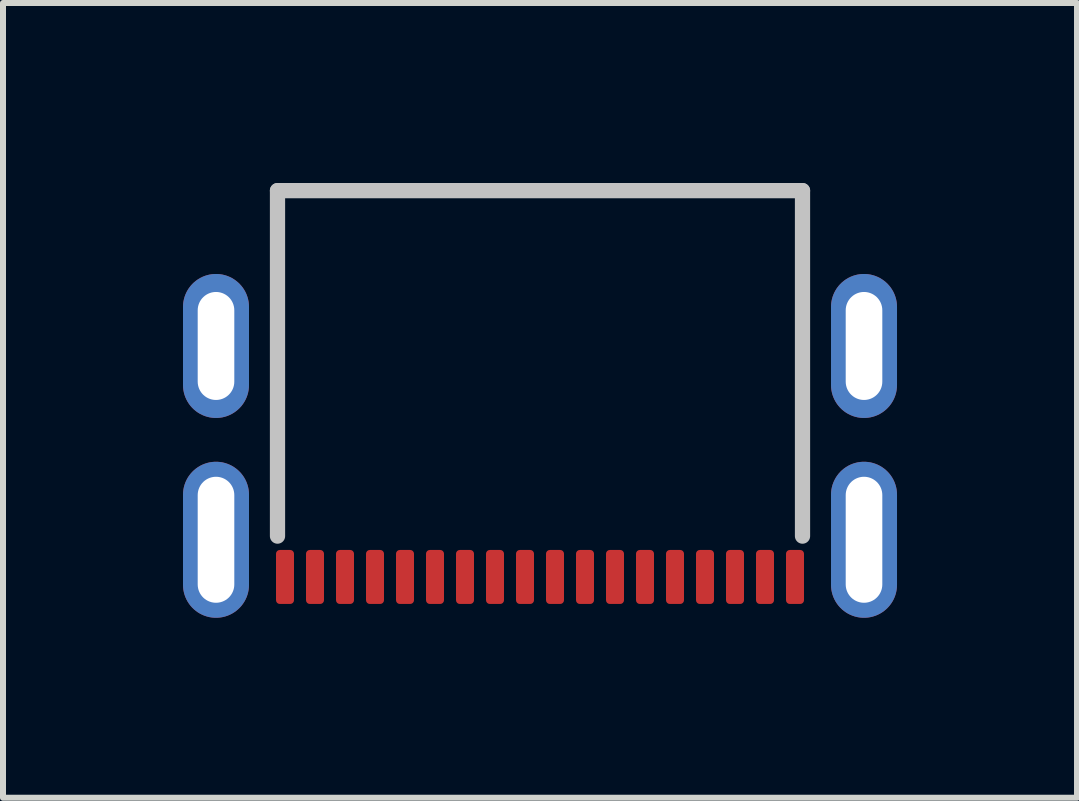
<source format=kicad_pcb>
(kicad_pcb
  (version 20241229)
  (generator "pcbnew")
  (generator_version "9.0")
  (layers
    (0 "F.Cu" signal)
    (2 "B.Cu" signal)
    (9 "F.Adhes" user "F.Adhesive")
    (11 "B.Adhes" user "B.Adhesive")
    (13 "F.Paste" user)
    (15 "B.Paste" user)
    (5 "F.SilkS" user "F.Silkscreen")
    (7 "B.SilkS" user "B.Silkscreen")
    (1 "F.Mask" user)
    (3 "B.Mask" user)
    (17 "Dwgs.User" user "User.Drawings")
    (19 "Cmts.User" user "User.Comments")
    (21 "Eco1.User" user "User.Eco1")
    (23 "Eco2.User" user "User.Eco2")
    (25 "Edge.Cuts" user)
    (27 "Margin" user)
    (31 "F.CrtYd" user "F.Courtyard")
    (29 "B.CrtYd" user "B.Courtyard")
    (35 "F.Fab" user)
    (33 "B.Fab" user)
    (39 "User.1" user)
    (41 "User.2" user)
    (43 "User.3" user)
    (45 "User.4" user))
  (footprint "USBC_16P_HRS-CEC"
    (layer "F.Cu")
    (at 5.95 2.641)
    (property "Reference" "USBC_16P_HRS-CEC" (at 0 -3.805 0) (layer "User.9") (effects (font (size 1 1) (thickness 0.15))))
    (fp_rect (start -4.4 3.475) (end -4.1 4.375) (stroke (width 0) (type default)) (fill yes) (layer "F.Paste"))
    (fp_rect (start -3.9 3.475) (end -3.6 4.375) (stroke (width 0) (type default)) (fill yes) (layer "F.Paste"))
    (fp_rect (start -3.4 3.475) (end -3.1 4.375) (stroke (width 0) (type default)) (fill yes) (layer "F.Paste"))
    (fp_rect (start -2.9 3.475) (end -2.6 4.375) (stroke (width 0) (type default)) (fill yes) (layer "F.Paste"))
    (fp_rect (start -2.4 3.475) (end -2.1 4.375) (stroke (width 0) (type default)) (fill yes) (layer "F.Paste"))
    (fp_rect (start -1.9 3.475) (end -1.6 4.375) (stroke (width 0) (type default)) (fill yes) (layer "F.Paste"))
    (fp_rect (start -1.4 3.475) (end -1.1 4.375) (stroke (width 0) (type default)) (fill yes) (layer "F.Paste"))
    (fp_rect (start -0.9 3.475) (end -0.6 4.375) (stroke (width 0) (type default)) (fill yes) (layer "F.Paste"))
    (fp_rect (start -0.4 3.475) (end -0.1 4.375) (stroke (width 0) (type default)) (fill yes) (layer "F.Paste"))
    (fp_rect (start 0.1 3.475) (end 0.4 4.375) (stroke (width 0) (type default)) (fill yes) (layer "F.Paste"))
    (fp_rect (start 0.6 3.475) (end 0.9 4.375) (stroke (width 0) (type default)) (fill yes) (layer "F.Paste"))
    (fp_rect (start 1.1 3.475) (end 1.4 4.375) (stroke (width 0) (type default)) (fill yes) (layer "F.Paste"))
    (fp_rect (start 1.6 3.475) (end 1.9 4.375) (stroke (width 0) (type default)) (fill yes) (layer "F.Paste"))
    (fp_rect (start 2.1 3.475) (end 2.4 4.375) (stroke (width 0) (type default)) (fill yes) (layer "F.Paste"))
    (fp_rect (start 2.6 3.475) (end 2.9 4.375) (stroke (width 0) (type default)) (fill yes) (layer "F.Paste"))
    (fp_rect (start 3.1 3.475) (end 3.4 4.375) (stroke (width 0) (type default)) (fill yes) (layer "F.Paste"))
    (fp_rect (start 3.6 3.475) (end 3.9 4.375) (stroke (width 0) (type default)) (fill yes) (layer "F.Paste"))
    (fp_rect (start 4.1 3.475) (end 4.4 4.375) (stroke (width 0) (type default)) (fill yes) (layer "F.Paste"))
    (fp_poly (pts (xy -5.386 1.275) (xy -5.359 1.274) (xy -5.332 1.27) (xy -5.304 1.266) (xy -5.277 1.261) (xy -5.251 1.254) (xy -5.225 1.246) (xy -5.199 1.237) (xy -5.174 1.226) (xy -5.149 1.214) (xy -5.125 1.201) (xy -5.101 1.187) (xy -5.079 1.171) (xy -5.057 1.155) (xy -5.036 1.137) (xy -5.016 1.119) (xy -4.997 1.099) (xy -4.979 1.079) (xy -4.962 1.057) (xy -4.946 1.034) (xy -4.931 1.012) (xy -4.917 0.988) (xy -4.904 0.964) (xy -4.893 0.939) (xy -4.883 0.913) (xy -4.875 0.887) (xy -4.867 0.861) (xy -4.861 0.834) (xy -4.856 0.807) (xy -4.853 0.779) (xy -4.851 0.752) (xy -4.85 0.725) (xy -4.85 -0.575) (xy -4.851 -0.603) (xy -4.853 -0.63) (xy -4.856 -0.657) (xy -4.861 -0.684) (xy -4.867 -0.711) (xy -4.875 -0.737) (xy -4.883 -0.763) (xy -4.893 -0.788) (xy -4.904 -0.814) (xy -4.917 -0.838) (xy -4.931 -0.862) (xy -4.946 -0.885) (xy -4.962 -0.907) (xy -4.979 -0.928) (xy -4.997 -0.949) (xy -5.016 -0.969) (xy -5.036 -0.988) (xy -5.057 -1.005) (xy -5.079 -1.022) (xy -5.101 -1.037) (xy -5.125 -1.052) (xy -5.149 -1.065) (xy -5.174 -1.077) (xy -5.199 -1.087) (xy -5.225 -1.097) (xy -5.251 -1.105) (xy -5.277 -1.111) (xy -5.304 -1.117) (xy -5.332 -1.121) (xy -5.359 -1.123) (xy -5.386 -1.125) (xy -5.414 -1.125) (xy -5.441 -1.123) (xy -5.468 -1.121) (xy -5.495 -1.117) (xy -5.522 -1.111) (xy -5.549 -1.105) (xy -5.575 -1.097) (xy -5.601 -1.087) (xy -5.627 -1.077) (xy -5.651 -1.065) (xy -5.675 -1.052) (xy -5.699 -1.037) (xy -5.721 -1.022) (xy -5.743 -1.005) (xy -5.764 -0.988) (xy -5.784 -0.969) (xy -5.803 -0.949) (xy -5.822 -0.928) (xy -5.838 -0.907) (xy -5.854 -0.885) (xy -5.87 -0.862) (xy -5.883 -0.838) (xy -5.896 -0.814) (xy -5.907 -0.788) (xy -5.917 -0.763) (xy -5.926 -0.737) (xy -5.933 -0.711) (xy -5.939 -0.684) (xy -5.944 -0.657) (xy -5.947 -0.63) (xy -5.949 -0.603) (xy -5.95 -0.575) (xy -5.95 0.725) (xy -5.949 0.752) (xy -5.947 0.779) (xy -5.944 0.807) (xy -5.939 0.834) (xy -5.933 0.861) (xy -5.926 0.887) (xy -5.917 0.913) (xy -5.907 0.939) (xy -5.896 0.964) (xy -5.883 0.988) (xy -5.87 1.012) (xy -5.854 1.034) (xy -5.838 1.057) (xy -5.822 1.079) (xy -5.803 1.099) (xy -5.784 1.119) (xy -5.764 1.137) (xy -5.743 1.155) (xy -5.721 1.171) (xy -5.699 1.187) (xy -5.675 1.201) (xy -5.651 1.214) (xy -5.627 1.226) (xy -5.601 1.237) (xy -5.575 1.246) (xy -5.549 1.254) (xy -5.522 1.261) (xy -5.495 1.266) (xy -5.468 1.27) (xy -5.441 1.274) (xy -5.414 1.275)) (stroke (width 0) (type default)) (fill yes) (layer "F.Paste"))
    (fp_poly (pts (xy -5.386 4.605) (xy -5.359 4.604) (xy -5.332 4.601) (xy -5.304 4.596) (xy -5.277 4.591) (xy -5.251 4.585) (xy -5.225 4.577) (xy -5.199 4.567) (xy -5.174 4.556) (xy -5.149 4.545) (xy -5.125 4.532) (xy -5.101 4.517) (xy -5.079 4.502) (xy -5.057 4.485) (xy -5.036 4.468) (xy -5.016 4.449) (xy -4.997 4.429) (xy -4.979 4.409) (xy -4.962 4.387) (xy -4.946 4.365) (xy -4.931 4.342) (xy -4.917 4.318) (xy -4.904 4.293) (xy -4.893 4.269) (xy -4.883 4.243) (xy -4.875 4.217) (xy -4.867 4.191) (xy -4.861 4.164) (xy -4.856 4.137) (xy -4.853 4.11) (xy -4.851 4.082) (xy -4.85 4.055) (xy -4.85 2.555) (xy -4.851 2.527) (xy -4.853 2.501) (xy -4.856 2.473) (xy -4.861 2.446) (xy -4.867 2.42) (xy -4.875 2.393) (xy -4.883 2.367) (xy -4.893 2.341) (xy -4.904 2.317) (xy -4.917 2.292) (xy -4.931 2.268) (xy -4.946 2.245) (xy -4.962 2.223) (xy -4.979 2.201) (xy -4.997 2.181) (xy -5.016 2.162) (xy -5.036 2.143) (xy -5.057 2.125) (xy -5.079 2.108) (xy -5.101 2.093) (xy -5.125 2.079) (xy -5.149 2.066) (xy -5.174 2.054) (xy -5.199 2.043) (xy -5.225 2.034) (xy -5.251 2.026) (xy -5.277 2.019) (xy -5.304 2.014) (xy -5.332 2.01) (xy -5.359 2.006) (xy -5.386 2.005) (xy -5.414 2.005) (xy -5.441 2.006) (xy -5.468 2.01) (xy -5.495 2.014) (xy -5.522 2.019) (xy -5.549 2.026) (xy -5.575 2.034) (xy -5.601 2.043) (xy -5.627 2.054) (xy -5.651 2.066) (xy -5.675 2.079) (xy -5.699 2.093) (xy -5.721 2.108) (xy -5.743 2.125) (xy -5.764 2.143) (xy -5.784 2.162) (xy -5.803 2.181) (xy -5.822 2.201) (xy -5.838 2.223) (xy -5.854 2.245) (xy -5.87 2.268) (xy -5.883 2.292) (xy -5.896 2.317) (xy -5.907 2.341) (xy -5.917 2.367) (xy -5.926 2.393) (xy -5.933 2.42) (xy -5.939 2.446) (xy -5.944 2.473) (xy -5.947 2.501) (xy -5.949 2.527) (xy -5.95 2.555) (xy -5.95 4.055) (xy -5.949 4.082) (xy -5.947 4.11) (xy -5.944 4.137) (xy -5.939 4.164) (xy -5.933 4.191) (xy -5.926 4.217) (xy -5.917 4.243) (xy -5.907 4.269) (xy -5.896 4.293) (xy -5.883 4.318) (xy -5.87 4.342) (xy -5.854 4.365) (xy -5.838 4.387) (xy -5.822 4.409) (xy -5.803 4.429) (xy -5.784 4.449) (xy -5.764 4.468) (xy -5.743 4.485) (xy -5.721 4.502) (xy -5.699 4.517) (xy -5.675 4.532) (xy -5.651 4.545) (xy -5.627 4.556) (xy -5.601 4.567) (xy -5.575 4.577) (xy -5.549 4.585) (xy -5.522 4.591) (xy -5.495 4.596) (xy -5.468 4.601) (xy -5.441 4.604) (xy -5.414 4.605)) (stroke (width 0) (type default)) (fill yes) (layer "F.Paste"))
    (fp_poly (pts (xy 5.359 1.274) (xy 5.386 1.275) (xy 5.414 1.275) (xy 5.441 1.274) (xy 5.468 1.271) (xy 5.495 1.267) (xy 5.522 1.262) (xy 5.549 1.254) (xy 5.575 1.246) (xy 5.601 1.237) (xy 5.627 1.226) (xy 5.651 1.214) (xy 5.675 1.202) (xy 5.699 1.187) (xy 5.721 1.172) (xy 5.743 1.155) (xy 5.764 1.137) (xy 5.784 1.119) (xy 5.803 1.099) (xy 5.822 1.079) (xy 5.838 1.058) (xy 5.854 1.035) (xy 5.87 1.012) (xy 5.883 0.988) (xy 5.896 0.964) (xy 5.907 0.939) (xy 5.917 0.913) (xy 5.926 0.887) (xy 5.933 0.861) (xy 5.939 0.834) (xy 5.944 0.807) (xy 5.947 0.78) (xy 5.949 0.752) (xy 5.95 0.725) (xy 5.95 -0.575) (xy 5.949 -0.602) (xy 5.947 -0.629) (xy 5.944 -0.657) (xy 5.939 -0.684) (xy 5.933 -0.711) (xy 5.926 -0.737) (xy 5.917 -0.763) (xy 5.907 -0.788) (xy 5.896 -0.814) (xy 5.883 -0.838) (xy 5.87 -0.862) (xy 5.854 -0.884) (xy 5.838 -0.907) (xy 5.822 -0.928) (xy 5.803 -0.949) (xy 5.784 -0.969) (xy 5.764 -0.987) (xy 5.743 -1.005) (xy 5.721 -1.022) (xy 5.699 -1.037) (xy 5.675 -1.051) (xy 5.651 -1.065) (xy 5.627 -1.076) (xy 5.601 -1.087) (xy 5.575 -1.096) (xy 5.549 -1.105) (xy 5.522 -1.111) (xy 5.495 -1.117) (xy 5.468 -1.121) (xy 5.441 -1.123) (xy 5.414 -1.125) (xy 5.386 -1.125) (xy 5.359 -1.123) (xy 5.332 -1.121) (xy 5.304 -1.117) (xy 5.277 -1.111) (xy 5.251 -1.105) (xy 5.225 -1.096) (xy 5.199 -1.087) (xy 5.174 -1.076) (xy 5.149 -1.065) (xy 5.125 -1.051) (xy 5.101 -1.037) (xy 5.079 -1.022) (xy 5.057 -1.005) (xy 5.036 -0.987) (xy 5.016 -0.969) (xy 4.997 -0.949) (xy 4.979 -0.928) (xy 4.962 -0.907) (xy 4.946 -0.884) (xy 4.931 -0.862) (xy 4.917 -0.838) (xy 4.904 -0.814) (xy 4.893 -0.788) (xy 4.883 -0.763) (xy 4.875 -0.737) (xy 4.867 -0.711) (xy 4.861 -0.684) (xy 4.856 -0.657) (xy 4.853 -0.629) (xy 4.851 -0.602) (xy 4.85 -0.575) (xy 4.85 0.725) (xy 4.851 0.752) (xy 4.853 0.78) (xy 4.856 0.807) (xy 4.861 0.834) (xy 4.867 0.861) (xy 4.875 0.887) (xy 4.883 0.913) (xy 4.893 0.939) (xy 4.904 0.964) (xy 4.917 0.988) (xy 4.931 1.012) (xy 4.946 1.035) (xy 4.962 1.058) (xy 4.979 1.079) (xy 4.997 1.099) (xy 5.016 1.119) (xy 5.036 1.137) (xy 5.057 1.155) (xy 5.079 1.172) (xy 5.101 1.187) (xy 5.125 1.202) (xy 5.149 1.214) (xy 5.174 1.226) (xy 5.199 1.237) (xy 5.225 1.246) (xy 5.251 1.254) (xy 5.277 1.262) (xy 5.304 1.267) (xy 5.332 1.271)) (stroke (width 0) (type default)) (fill yes) (layer "F.Paste"))
    (fp_poly (pts (xy 5.414 4.605) (xy 5.441 4.604) (xy 5.468 4.601) (xy 5.495 4.596) (xy 5.522 4.591) (xy 5.549 4.585) (xy 5.575 4.577) (xy 5.601 4.567) (xy 5.627 4.556) (xy 5.651 4.545) (xy 5.675 4.532) (xy 5.699 4.517) (xy 5.721 4.502) (xy 5.743 4.485) (xy 5.764 4.468) (xy 5.784 4.449) (xy 5.803 4.429) (xy 5.822 4.409) (xy 5.838 4.387) (xy 5.854 4.365) (xy 5.87 4.342) (xy 5.883 4.318) (xy 5.896 4.293) (xy 5.907 4.269) (xy 5.917 4.243) (xy 5.926 4.217) (xy 5.933 4.191) (xy 5.939 4.164) (xy 5.944 4.137) (xy 5.947 4.11) (xy 5.949 4.082) (xy 5.95 4.055) (xy 5.95 2.555) (xy 5.949 2.527) (xy 5.947 2.501) (xy 5.944 2.473) (xy 5.939 2.446) (xy 5.933 2.42) (xy 5.926 2.393) (xy 5.917 2.367) (xy 5.907 2.341) (xy 5.896 2.317) (xy 5.883 2.292) (xy 5.87 2.268) (xy 5.854 2.245) (xy 5.838 2.223) (xy 5.822 2.201) (xy 5.803 2.181) (xy 5.784 2.162) (xy 5.764 2.143) (xy 5.743 2.125) (xy 5.721 2.108) (xy 5.699 2.093) (xy 5.675 2.079) (xy 5.651 2.066) (xy 5.627 2.054) (xy 5.601 2.043) (xy 5.575 2.034) (xy 5.549 2.026) (xy 5.522 2.019) (xy 5.495 2.014) (xy 5.468 2.01) (xy 5.441 2.006) (xy 5.414 2.005) (xy 5.386 2.005) (xy 5.359 2.006) (xy 5.332 2.01) (xy 5.304 2.014) (xy 5.277 2.019) (xy 5.251 2.026) (xy 5.225 2.034) (xy 5.199 2.043) (xy 5.174 2.054) (xy 5.149 2.066) (xy 5.125 2.079) (xy 5.101 2.093) (xy 5.079 2.108) (xy 5.057 2.125) (xy 5.036 2.143) (xy 5.016 2.162) (xy 4.997 2.181) (xy 4.979 2.201) (xy 4.962 2.223) (xy 4.946 2.245) (xy 4.931 2.268) (xy 4.917 2.292) (xy 4.904 2.317) (xy 4.893 2.341) (xy 4.883 2.367) (xy 4.875 2.393) (xy 4.867 2.42) (xy 4.861 2.446) (xy 4.856 2.473) (xy 4.853 2.501) (xy 4.851 2.527) (xy 4.85 2.555) (xy 4.85 4.055) (xy 4.851 4.082) (xy 4.853 4.11) (xy 4.856 4.137) (xy 4.861 4.164) (xy 4.867 4.191) (xy 4.875 4.217) (xy 4.883 4.243) (xy 4.893 4.269) (xy 4.904 4.293) (xy 4.917 4.318) (xy 4.931 4.342) (xy 4.946 4.365) (xy 4.962 4.387) (xy 4.979 4.409) (xy 4.997 4.429) (xy 5.016 4.449) (xy 5.036 4.468) (xy 5.057 4.485) (xy 5.079 4.502) (xy 5.101 4.517) (xy 5.125 4.532) (xy 5.149 4.545) (xy 5.174 4.556) (xy 5.199 4.567) (xy 5.225 4.577) (xy 5.251 4.585) (xy 5.277 4.591) (xy 5.304 4.596) (xy 5.332 4.601) (xy 5.359 4.604) (xy 5.386 4.605)) (stroke (width 0) (type default)) (fill yes) (layer "F.Paste"))
    (fp_line (start -4.375 -2.514) (end -4.375 3.244) (stroke (width 0.254) (type default)) (layer "Dwgs.User"))
    (fp_line (start 4.375 -2.514) (end -4.375 -2.514) (stroke (width 0.254) (type default)) (layer "Dwgs.User"))
    (fp_line (start 4.375 3.244) (end 4.375 -2.514) (stroke (width 0.254) (type default)) (layer "Dwgs.User"))
    (fp_rect (start -5.55 -0.675) (end -5.25 0.825) (stroke (width 0.1) (type default)) (fill no) (layer "User.1"))
    (fp_rect (start -5.55 -0.675) (end -4.37 0.825) (stroke (width 0.1) (type default)) (fill no) (layer "User.1"))
    (fp_rect (start -5.55 2.43) (end -5.25 4.18) (stroke (width 0.1) (type default)) (fill no) (layer "User.1"))
    (fp_rect (start -5.55 2.43) (end -4.37 4.18) (stroke (width 0.1) (type default)) (fill no) (layer "User.1"))
    (fp_rect (start -4.375 3.725) (end -4.125 4.175) (stroke (width 0.1) (type default)) (fill no) (layer "User.1"))
    (fp_rect (start -3.875 3.725) (end -3.625 4.175) (stroke (width 0.1) (type default)) (fill no) (layer "User.1"))
    (fp_rect (start -3.375 3.725) (end -3.125 4.175) (stroke (width 0.1) (type default)) (fill no) (layer "User.1"))
    (fp_rect (start -2.875 3.725) (end -2.625 4.175) (stroke (width 0.1) (type default)) (fill no) (layer "User.1"))
    (fp_rect (start -2.375 3.725) (end -2.125 4.175) (stroke (width 0.1) (type default)) (fill no) (layer "User.1"))
    (fp_rect (start -1.875 3.725) (end -1.625 4.175) (stroke (width 0.1) (type default)) (fill no) (layer "User.1"))
    (fp_rect (start -1.375 3.725) (end -1.125 4.175) (stroke (width 0.1) (type default)) (fill no) (layer "User.1"))
    (fp_rect (start -0.875 3.725) (end -0.625 4.175) (stroke (width 0.1) (type default)) (fill no) (layer "User.1"))
    (fp_rect (start -0.375 3.725) (end -0.125 4.175) (stroke (width 0.1) (type default)) (fill no) (layer "User.1"))
    (fp_rect (start 0.125 3.725) (end 0.375 4.175) (stroke (width 0.1) (type default)) (fill no) (layer "User.1"))
    (fp_rect (start 0.625 3.725) (end 0.875 4.175) (stroke (width 0.1) (type default)) (fill no) (layer "User.1"))
    (fp_rect (start 1.125 3.725) (end 1.375 4.175) (stroke (width 0.1) (type default)) (fill no) (layer "User.1"))
    (fp_rect (start 1.625 3.725) (end 1.875 4.175) (stroke (width 0.1) (type default)) (fill no) (layer "User.1"))
    (fp_rect (start 2.125 3.725) (end 2.375 4.175) (stroke (width 0.1) (type default)) (fill no) (layer "User.1"))
    (fp_rect (start 2.625 3.725) (end 2.875 4.175) (stroke (width 0.1) (type default)) (fill no) (layer "User.1"))
    (fp_rect (start 3.125 3.725) (end 3.375 4.175) (stroke (width 0.1) (type default)) (fill no) (layer "User.1"))
    (fp_rect (start 3.625 3.725) (end 3.875 4.175) (stroke (width 0.1) (type default)) (fill no) (layer "User.1"))
    (fp_rect (start 4.125 3.725) (end 4.375 4.175) (stroke (width 0.1) (type default)) (fill no) (layer "User.1"))
    (fp_rect (start 4.37 -0.675) (end 5.55 0.825) (stroke (width 0.1) (type default)) (fill no) (layer "User.1"))
    (fp_rect (start 5.25 -0.675) (end 5.55 0.825) (stroke (width 0.1) (type default)) (fill no) (layer "User.1"))
    (fp_rect (start 5.25 2.43) (end 5.55 4.18) (stroke (width 0.1) (type default)) (fill no) (layer "User.1"))
    (fp_poly (pts (xy 5.55 2.43) (xy 5.55 4.18) (xy 4.37 4.18) (xy 4.37 2.425)) (stroke (width 0.1) (type default)) (fill no) (layer "User.1"))
    (fp_line (start -4.375 -2.375) (end 4.375 -2.375) (stroke (width 0.051) (type default)) (layer "User.2"))
    (fp_line (start -4.375 3.875) (end -4.375 -2.375) (stroke (width 0.051) (type default)) (layer "User.2"))
    (fp_line (start 4.375 -2.375) (end 4.375 3.875) (stroke (width 0.051) (type default)) (layer "User.2"))
    (fp_line (start 4.375 3.875) (end -4.375 3.875) (stroke (width 0.051) (type default)) (layer "User.2"))
    (fp_poly (pts (xy -5.61 4.18) (xy -5.592 4.222) (xy -5.55 4.24) (xy -5.508 4.222) (xy -5.49 4.18) (xy -5.508 4.138) (xy -5.55 4.12) (xy -5.592 4.138)) (stroke (width 0.1) (type default)) (fill no) (layer "User.3"))
    (pad "25" thru_hole oval (at 5.4 0.075 180) (size 1.1 2.4) (drill oval 0.61 1.8) (layers "*.Cu" "*.Mask"))
    (pad "25" thru_hole oval (at 5.4 3.305 180) (size 1.1 2.6) (drill oval 0.61 2.1) (layers "*.Cu" "*.Mask"))
    (pad "26" thru_hole oval (at -5.4 0.075 180) (size 1.1 2.4) (drill oval 0.61 1.8) (layers "*.Cu" "*.Mask"))
    (pad "26" thru_hole oval (at -5.4 3.305 180) (size 1.1 2.6) (drill oval 0.61 2.1) (layers "*.Cu" "*.Mask"))
    (pad "27" smd roundrect (at -4.25 3.925 180) (size 0.3 0.9) (layers "F.Cu" "F.Mask" "F.Paste") (roundrect_rratio 0.21))
    (pad "28" smd roundrect (at 4.25 3.925 180) (size 0.3 0.9) (layers "F.Cu" "F.Mask" "F.Paste") (roundrect_rratio 0.21))
    (pad "A1" smd roundrect (at 3.75 3.925 180) (size 0.3 0.9) (layers "F.Cu" "F.Mask" "F.Paste") (roundrect_rratio 0.21))
    (pad "A4" smd roundrect (at 2.75 3.925 180) (size 0.3 0.9) (layers "F.Cu" "F.Mask" "F.Paste") (roundrect_rratio 0.21))
    (pad "A5" smd roundrect (at 1.75 3.925 180) (size 0.3 0.9) (layers "F.Cu" "F.Mask" "F.Paste") (roundrect_rratio 0.21))
    (pad "A6" smd roundrect (at 0.75 3.925 180) (size 0.3 0.9) (layers "F.Cu" "F.Mask" "F.Paste") (roundrect_rratio 0.21))
    (pad "A7" smd roundrect (at -0.75 3.925 180) (size 0.3 0.9) (layers "F.Cu" "F.Mask" "F.Paste") (roundrect_rratio 0.21))
    (pad "A8" smd roundrect (at -1.75 3.925 180) (size 0.3 0.9) (layers "F.Cu" "F.Mask" "F.Paste") (roundrect_rratio 0.21))
    (pad "A9" smd roundrect (at -2.75 3.925 180) (size 0.3 0.9) (layers "F.Cu" "F.Mask" "F.Paste") (roundrect_rratio 0.21))
    (pad "A12" smd roundrect (at -3.75 3.925 180) (size 0.3 0.9) (layers "F.Cu" "F.Mask" "F.Paste") (roundrect_rratio 0.21))
    (pad "B1" smd roundrect (at -3.25 3.925 180) (size 0.3 0.9) (layers "F.Cu" "F.Mask" "F.Paste") (roundrect_rratio 0.21))
    (pad "B4" smd roundrect (at -2.25 3.925 180) (size 0.3 0.9) (layers "F.Cu" "F.Mask" "F.Paste") (roundrect_rratio 0.21))
    (pad "B5" smd roundrect (at -1.25 3.925 180) (size 0.3 0.9) (layers "F.Cu" "F.Mask" "F.Paste") (roundrect_rratio 0.21))
    (pad "B6" smd roundrect (at -0.25 3.925 180) (size 0.3 0.9) (layers "F.Cu" "F.Mask" "F.Paste") (roundrect_rratio 0.21))
    (pad "B7" smd roundrect (at 0.25 3.925 180) (size 0.3 0.9) (layers "F.Cu" "F.Mask" "F.Paste") (roundrect_rratio 0.21))
    (pad "B8" smd roundrect (at 1.25 3.925 180) (size 0.3 0.9) (layers "F.Cu" "F.Mask" "F.Paste") (roundrect_rratio 0.21))
    (pad "B9" smd roundrect (at 2.25 3.925 180) (size 0.3 0.9) (layers "F.Cu" "F.Mask" "F.Paste") (roundrect_rratio 0.21))
    (pad "B12" smd roundrect (at 3.25 3.925 180) (size 0.3 0.9) (layers "F.Cu" "F.Mask" "F.Paste") (roundrect_rratio 0.21)))
  (gr_rect
    (start -3 -3)
    (end 14.9 10.246)
    (stroke (width 0.1) (type default))
    (fill no)
    (layer "Edge.Cuts")))
</source>
